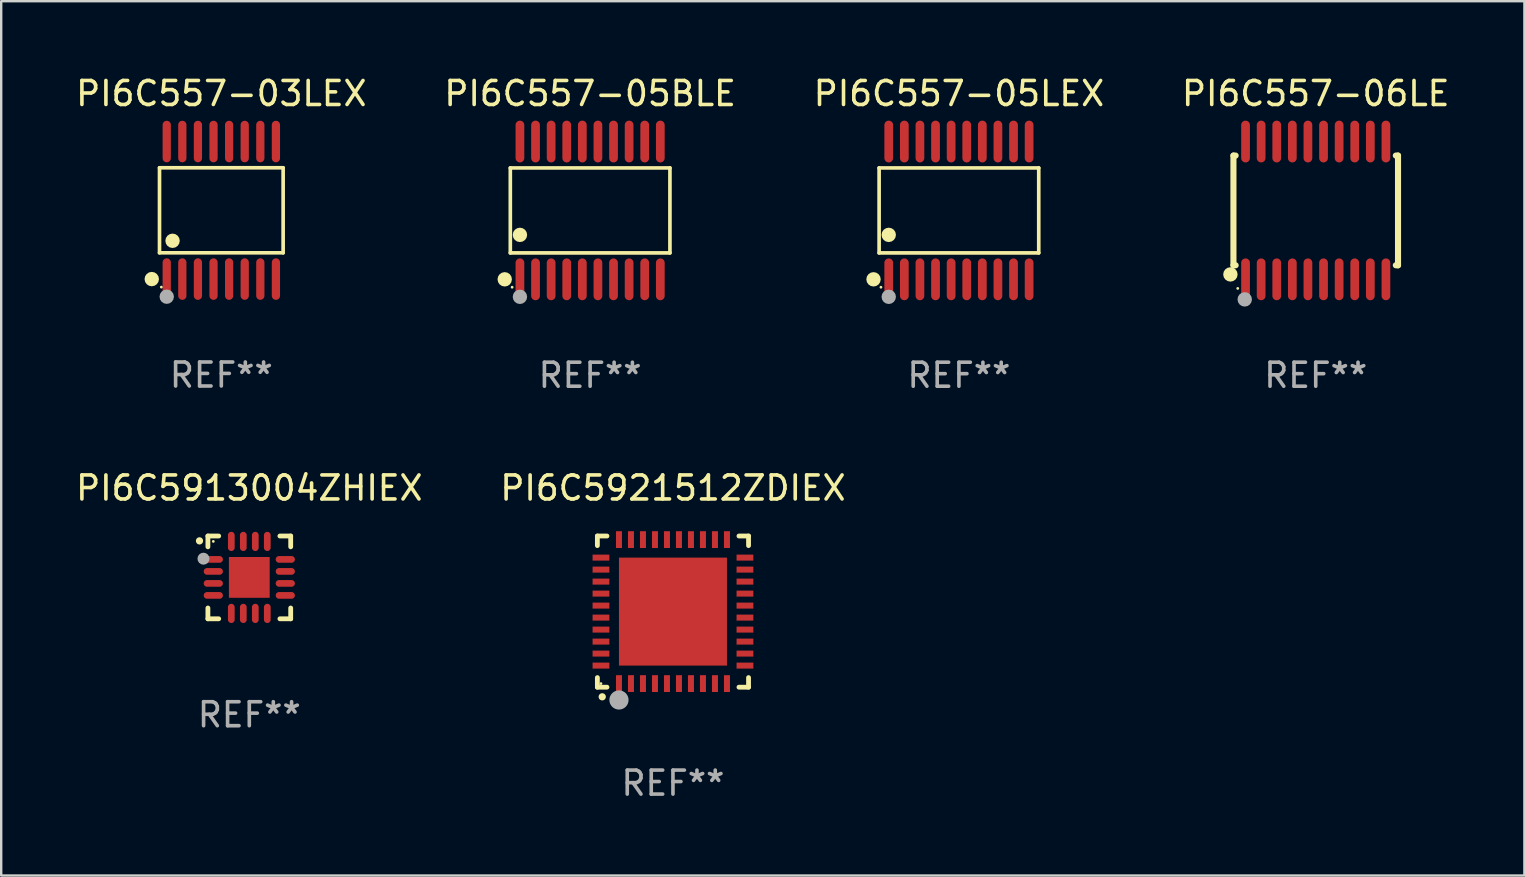
<source format=kicad_pcb>
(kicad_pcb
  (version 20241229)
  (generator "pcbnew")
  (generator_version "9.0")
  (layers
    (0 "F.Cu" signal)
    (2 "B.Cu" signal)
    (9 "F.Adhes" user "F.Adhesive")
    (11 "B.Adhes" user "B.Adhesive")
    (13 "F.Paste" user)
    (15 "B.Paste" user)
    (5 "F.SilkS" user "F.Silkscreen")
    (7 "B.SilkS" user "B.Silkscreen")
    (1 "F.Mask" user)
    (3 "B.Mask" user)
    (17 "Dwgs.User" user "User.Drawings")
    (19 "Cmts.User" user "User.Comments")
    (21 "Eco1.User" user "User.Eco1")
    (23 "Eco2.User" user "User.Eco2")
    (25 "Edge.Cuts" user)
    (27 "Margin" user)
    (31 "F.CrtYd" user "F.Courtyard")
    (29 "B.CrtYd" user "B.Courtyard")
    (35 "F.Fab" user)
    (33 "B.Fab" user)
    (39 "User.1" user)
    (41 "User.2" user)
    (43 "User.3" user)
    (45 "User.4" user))
  (footprint "PI6C557-03LEX"
    (layer "F.Cu")
    (at 6.173 5.714)
    (property "Reference" "PI6C557-03LEX" (at 0 -4.866 0) (layer "F.SilkS") (effects (font (size 1 1) (thickness 0.15))))
    (attr through_hole)
    (fp_line (start -2.576 -1.772) (end 2.576 -1.772) (stroke (width 0.152) (type solid)) (layer "F.SilkS"))
    (fp_line (start -2.576 1.771) (end -2.576 -1.772) (stroke (width 0.152) (type solid)) (layer "F.SilkS"))
    (fp_line (start 2.576 -1.772) (end 2.576 1.771) (stroke (width 0.152) (type solid)) (layer "F.SilkS"))
    (fp_line (start 2.576 1.771) (end -2.576 1.771) (stroke (width 0.152) (type solid)) (layer "F.SilkS"))
    (fp_circle (center -2.899 2.866) (end -2.749 2.866) (stroke (width 0.3) (type solid)) (fill no) (layer "F.SilkS"))
    (fp_circle (center -2.5 3.2) (end -2.47 3.2) (stroke (width 0.06) (type solid)) (fill no) (layer "F.SilkS"))
    (fp_circle (center -2.032 1.27) (end -1.882 1.27) (stroke (width 0.3) (type solid)) (fill no) (layer "F.SilkS"))
    (fp_circle (center -2.275 3.6) (end -2.125 3.6) (stroke (width 0.3) (type solid)) (fill no) (layer "F.Fab"))
    (fp_text user "REF**" (at 0 6.866 0) (layer "F.Fab") (effects (font (size 1 1) (thickness 0.15))))
    (pad "1" smd oval (at -2.275 2.866) (size 0.343 1.731) (layers "F.Cu" "F.Mask" "F.Paste"))
    (pad "2" smd oval (at -1.625 2.866) (size 0.343 1.731) (layers "F.Cu" "F.Mask" "F.Paste"))
    (pad "3" smd oval (at -0.975 2.866) (size 0.343 1.731) (layers "F.Cu" "F.Mask" "F.Paste"))
    (pad "4" smd oval (at -0.325 2.866) (size 0.343 1.731) (layers "F.Cu" "F.Mask" "F.Paste"))
    (pad "5" smd oval (at 0.325 2.866) (size 0.343 1.731) (layers "F.Cu" "F.Mask" "F.Paste"))
    (pad "6" smd oval (at 0.975 2.866) (size 0.343 1.731) (layers "F.Cu" "F.Mask" "F.Paste"))
    (pad "7" smd oval (at 1.625 2.866) (size 0.343 1.731) (layers "F.Cu" "F.Mask" "F.Paste"))
    (pad "8" smd oval (at 2.275 2.866) (size 0.343 1.731) (layers "F.Cu" "F.Mask" "F.Paste"))
    (pad "9" smd oval (at 2.275 -2.866) (size 0.343 1.731) (layers "F.Cu" "F.Mask" "F.Paste"))
    (pad "10" smd oval (at 1.625 -2.866) (size 0.343 1.731) (layers "F.Cu" "F.Mask" "F.Paste"))
    (pad "11" smd oval (at 0.975 -2.866) (size 0.343 1.731) (layers "F.Cu" "F.Mask" "F.Paste"))
    (pad "12" smd oval (at 0.325 -2.866) (size 0.343 1.731) (layers "F.Cu" "F.Mask" "F.Paste"))
    (pad "13" smd oval (at -0.325 -2.866) (size 0.343 1.731) (layers "F.Cu" "F.Mask" "F.Paste"))
    (pad "14" smd oval (at -0.975 -2.866) (size 0.343 1.731) (layers "F.Cu" "F.Mask" "F.Paste"))
    (pad "15" smd oval (at -1.625 -2.866) (size 0.343 1.731) (layers "F.Cu" "F.Mask" "F.Paste"))
    (pad "16" smd oval (at -2.275 -2.866) (size 0.343 1.731) (layers "F.Cu" "F.Mask" "F.Paste")))
  (footprint "PI6C557-05LEX"
    (layer "F.Cu")
    (at 36.911 5.719)
    (property "Reference" "PI6C557-05LEX" (at 0 -4.871 0) (layer "F.SilkS") (effects (font (size 1 1) (thickness 0.15))))
    (attr through_hole)
    (fp_line (start -3.326 -1.771) (end 3.326 -1.771) (stroke (width 0.152) (type solid)) (layer "F.SilkS"))
    (fp_line (start -3.326 1.771) (end -3.326 -1.771) (stroke (width 0.152) (type solid)) (layer "F.SilkS"))
    (fp_line (start 3.326 -1.771) (end 3.326 1.771) (stroke (width 0.152) (type solid)) (layer "F.SilkS"))
    (fp_line (start 3.326 1.771) (end -3.326 1.771) (stroke (width 0.152) (type solid)) (layer "F.SilkS"))
    (fp_circle (center -3.559 2.871) (end -3.409 2.871) (stroke (width 0.3) (type solid)) (fill no) (layer "F.SilkS"))
    (fp_circle (center -3.25 3.2) (end -3.22 3.2) (stroke (width 0.06) (type solid)) (fill no) (layer "F.SilkS"))
    (fp_circle (center -2.925 1.019) (end -2.775 1.019) (stroke (width 0.3) (type solid)) (fill no) (layer "F.SilkS"))
    (fp_circle (center -2.925 3.6) (end -2.775 3.6) (stroke (width 0.3) (type solid)) (fill no) (layer "F.Fab"))
    (fp_text user "REF**" (at 0 6.871 0) (layer "F.Fab") (effects (font (size 1 1) (thickness 0.15))))
    (pad "1" smd oval (at -2.925 2.871) (size 0.364 1.742) (layers "F.Cu" "F.Mask" "F.Paste"))
    (pad "2" smd oval (at -2.275 2.871) (size 0.364 1.742) (layers "F.Cu" "F.Mask" "F.Paste"))
    (pad "3" smd oval (at -1.625 2.871) (size 0.364 1.742) (layers "F.Cu" "F.Mask" "F.Paste"))
    (pad "4" smd oval (at -0.975 2.871) (size 0.364 1.742) (layers "F.Cu" "F.Mask" "F.Paste"))
    (pad "5" smd oval (at -0.325 2.871) (size 0.364 1.742) (layers "F.Cu" "F.Mask" "F.Paste"))
    (pad "6" smd oval (at 0.325 2.871) (size 0.364 1.742) (layers "F.Cu" "F.Mask" "F.Paste"))
    (pad "7" smd oval (at 0.975 2.871) (size 0.364 1.742) (layers "F.Cu" "F.Mask" "F.Paste"))
    (pad "8" smd oval (at 1.625 2.871) (size 0.364 1.742) (layers "F.Cu" "F.Mask" "F.Paste"))
    (pad "9" smd oval (at 2.275 2.871) (size 0.364 1.742) (layers "F.Cu" "F.Mask" "F.Paste"))
    (pad "10" smd oval (at 2.925 2.871) (size 0.364 1.742) (layers "F.Cu" "F.Mask" "F.Paste"))
    (pad "11" smd oval (at 2.925 -2.871) (size 0.364 1.742) (layers "F.Cu" "F.Mask" "F.Paste"))
    (pad "12" smd oval (at 2.275 -2.871) (size 0.364 1.742) (layers "F.Cu" "F.Mask" "F.Paste"))
    (pad "13" smd oval (at 1.625 -2.871) (size 0.364 1.742) (layers "F.Cu" "F.Mask" "F.Paste"))
    (pad "14" smd oval (at 0.975 -2.871) (size 0.364 1.742) (layers "F.Cu" "F.Mask" "F.Paste"))
    (pad "15" smd oval (at 0.325 -2.871) (size 0.364 1.742) (layers "F.Cu" "F.Mask" "F.Paste"))
    (pad "16" smd oval (at -0.325 -2.871) (size 0.364 1.742) (layers "F.Cu" "F.Mask" "F.Paste"))
    (pad "17" smd oval (at -0.975 -2.871) (size 0.364 1.742) (layers "F.Cu" "F.Mask" "F.Paste"))
    (pad "18" smd oval (at -1.625 -2.871) (size 0.364 1.742) (layers "F.Cu" "F.Mask" "F.Paste"))
    (pad "19" smd oval (at -2.275 -2.871) (size 0.364 1.742) (layers "F.Cu" "F.Mask" "F.Paste"))
    (pad "20" smd oval (at -2.925 -2.871) (size 0.364 1.742) (layers "F.Cu" "F.Mask" "F.Paste")))
  (footprint "PI6C5921512ZDIEX"
    (layer "F.Cu")
    (at 24.994 22.437)
    (property "Reference" "PI6C5921512ZDIEX" (at 0 -5.15 0) (layer "F.SilkS") (effects (font (size 1 1) (thickness 0.15))))
    (attr through_hole)
    (fp_line (start -3.15 -3.15) (end -2.75 -3.15) (stroke (width 0.2) (type solid)) (layer "F.SilkS"))
    (fp_line (start -3.15 -2.75) (end -3.15 -3.15) (stroke (width 0.2) (type solid)) (layer "F.SilkS"))
    (fp_line (start -3.15 3.15) (end -3.15 2.75) (stroke (width 0.2) (type solid)) (layer "F.SilkS"))
    (fp_line (start -2.75 3.15) (end -3.15 3.15) (stroke (width 0.2) (type solid)) (layer "F.SilkS"))
    (fp_line (start 3.15 -3.15) (end 2.75 -3.15) (stroke (width 0.2) (type solid)) (layer "F.SilkS"))
    (fp_line (start 3.15 -2.75) (end 3.15 -3.15) (stroke (width 0.2) (type solid)) (layer "F.SilkS"))
    (fp_line (start 3.15 2.75) (end 3.15 3.15) (stroke (width 0.2) (type solid)) (layer "F.SilkS"))
    (fp_line (start 3.15 3.15) (end 2.75 3.15) (stroke (width 0.2) (type solid)) (layer "F.SilkS"))
    (fp_arc (start -2.94892 3.550927) (mid -2.94765 3.550922) (end -2.94638 3.550927) (stroke (width 0.3) (type solid)) (layer "F.SilkS"))
    (fp_circle (center -3 3) (end -2.97 3) (stroke (width 0.06) (type solid)) (fill no) (layer "F.SilkS"))
    (fp_circle (center -2.25 3.683) (end -2.05 3.683) (stroke (width 0.4) (type solid)) (fill no) (layer "F.Fab"))
    (fp_text user "REF**" (at 0 7.15 0) (layer "F.Fab") (effects (font (size 1 1) (thickness 0.15))))
    (pad "1" smd rect (at -2.25 3 180) (size 0.25 0.7) (layers "F.Cu" "F.Mask" "F.Paste"))
    (pad "2" smd rect (at -1.75 3 180) (size 0.25 0.7) (layers "F.Cu" "F.Mask" "F.Paste"))
    (pad "3" smd rect (at -1.25 3 180) (size 0.25 0.7) (layers "F.Cu" "F.Mask" "F.Paste"))
    (pad "4" smd rect (at -0.75 3 180) (size 0.25 0.7) (layers "F.Cu" "F.Mask" "F.Paste"))
    (pad "5" smd rect (at -0.25 3 180) (size 0.25 0.7) (layers "F.Cu" "F.Mask" "F.Paste"))
    (pad "6" smd rect (at 0.25 3 180) (size 0.25 0.7) (layers "F.Cu" "F.Mask" "F.Paste"))
    (pad "7" smd rect (at 0.75 3 180) (size 0.25 0.7) (layers "F.Cu" "F.Mask" "F.Paste"))
    (pad "8" smd rect (at 1.25 3 180) (size 0.25 0.7) (layers "F.Cu" "F.Mask" "F.Paste"))
    (pad "9" smd rect (at 1.75 3 180) (size 0.25 0.7) (layers "F.Cu" "F.Mask" "F.Paste"))
    (pad "10" smd rect (at 2.25 3 180) (size 0.25 0.7) (layers "F.Cu" "F.Mask" "F.Paste"))
    (pad "11" smd rect (at 3 2.25 90) (size 0.25 0.7) (layers "F.Cu" "F.Mask" "F.Paste"))
    (pad "12" smd rect (at 3 1.75 90) (size 0.25 0.7) (layers "F.Cu" "F.Mask" "F.Paste"))
    (pad "13" smd rect (at 3 1.25 90) (size 0.25 0.7) (layers "F.Cu" "F.Mask" "F.Paste"))
    (pad "14" smd rect (at 3 0.75 90) (size 0.25 0.7) (layers "F.Cu" "F.Mask" "F.Paste"))
    (pad "15" smd rect (at 3 0.25 90) (size 0.25 0.7) (layers "F.Cu" "F.Mask" "F.Paste"))
    (pad "16" smd rect (at 3 -0.25 90) (size 0.25 0.7) (layers "F.Cu" "F.Mask" "F.Paste"))
    (pad "17" smd rect (at 3 -0.75 90) (size 0.25 0.7) (layers "F.Cu" "F.Mask" "F.Paste"))
    (pad "18" smd rect (at 3 -1.25 90) (size 0.25 0.7) (layers "F.Cu" "F.Mask" "F.Paste"))
    (pad "19" smd rect (at 3 -1.75 90) (size 0.25 0.7) (layers "F.Cu" "F.Mask" "F.Paste"))
    (pad "20" smd rect (at 3 -2.25 90) (size 0.25 0.7) (layers "F.Cu" "F.Mask" "F.Paste"))
    (pad "21" smd rect (at 2.25 -3 180) (size 0.25 0.7) (layers "F.Cu" "F.Mask" "F.Paste"))
    (pad "22" smd rect (at 1.75 -3 180) (size 0.25 0.7) (layers "F.Cu" "F.Mask" "F.Paste"))
    (pad "23" smd rect (at 1.25 -3 180) (size 0.25 0.7) (layers "F.Cu" "F.Mask" "F.Paste"))
    (pad "24" smd rect (at 0.75 -3 180) (size 0.25 0.7) (layers "F.Cu" "F.Mask" "F.Paste"))
    (pad "25" smd rect (at 0.25 -3 180) (size 0.25 0.7) (layers "F.Cu" "F.Mask" "F.Paste"))
    (pad "26" smd rect (at -0.25 -3 180) (size 0.25 0.7) (layers "F.Cu" "F.Mask" "F.Paste"))
    (pad "27" smd rect (at -0.75 -3 180) (size 0.25 0.7) (layers "F.Cu" "F.Mask" "F.Paste"))
    (pad "28" smd rect (at -1.25 -3 180) (size 0.25 0.7) (layers "F.Cu" "F.Mask" "F.Paste"))
    (pad "29" smd rect (at -1.75 -3 180) (size 0.25 0.7) (layers "F.Cu" "F.Mask" "F.Paste"))
    (pad "30" smd rect (at -2.25 -3 180) (size 0.25 0.7) (layers "F.Cu" "F.Mask" "F.Paste"))
    (pad "31" smd rect (at -3 -2.25 90) (size 0.25 0.7) (layers "F.Cu" "F.Mask" "F.Paste"))
    (pad "32" smd rect (at -3 -1.75 90) (size 0.25 0.7) (layers "F.Cu" "F.Mask" "F.Paste"))
    (pad "33" smd rect (at -3 -1.25 90) (size 0.25 0.7) (layers "F.Cu" "F.Mask" "F.Paste"))
    (pad "34" smd rect (at -3 -0.75 90) (size 0.25 0.7) (layers "F.Cu" "F.Mask" "F.Paste"))
    (pad "35" smd rect (at -3 -0.25 90) (size 0.25 0.7) (layers "F.Cu" "F.Mask" "F.Paste"))
    (pad "36" smd rect (at -3 0.25 90) (size 0.25 0.7) (layers "F.Cu" "F.Mask" "F.Paste"))
    (pad "37" smd rect (at -3 0.75 90) (size 0.25 0.7) (layers "F.Cu" "F.Mask" "F.Paste"))
    (pad "38" smd rect (at -3 1.25 90) (size 0.25 0.7) (layers "F.Cu" "F.Mask" "F.Paste"))
    (pad "39" smd rect (at -3 1.75 90) (size 0.25 0.7) (layers "F.Cu" "F.Mask" "F.Paste"))
    (pad "40" smd rect (at -3 2.25 90) (size 0.25 0.7) (layers "F.Cu" "F.Mask" "F.Paste"))
    (pad "41" smd rect (at 0.000102 0.000076 90) (size 4.5 4.5) (layers "F.Cu" "F.Mask" "F.Paste")))
  (footprint "PI6C5913004ZHIEX"
    (layer "F.Cu")
    (at 7.339 21.012)
    (property "Reference" "PI6C5913004ZHIEX" (at 0 -3.725 0) (layer "F.SilkS") (effects (font (size 1 1) (thickness 0.15))))
    (attr through_hole)
    (fp_line (start -1.725 -1.725) (end -1.275 -1.725) (stroke (width 0.2) (type solid)) (layer "F.SilkS"))
    (fp_line (start -1.725 -1.275) (end -1.725 -1.725) (stroke (width 0.2) (type solid)) (layer "F.SilkS"))
    (fp_line (start -1.725 1.725) (end -1.725 1.275) (stroke (width 0.2) (type solid)) (layer "F.SilkS"))
    (fp_line (start -1.275 1.725) (end -1.725 1.725) (stroke (width 0.2) (type solid)) (layer "F.SilkS"))
    (fp_line (start 1.275 -1.725) (end 1.725 -1.725) (stroke (width 0.2) (type solid)) (layer "F.SilkS"))
    (fp_line (start 1.275 1.725) (end 1.725 1.725) (stroke (width 0.2) (type solid)) (layer "F.SilkS"))
    (fp_line (start 1.725 -1.725) (end 1.725 -1.275) (stroke (width 0.2) (type solid)) (layer "F.SilkS"))
    (fp_line (start 1.725 1.725) (end 1.725 1.275) (stroke (width 0.2) (type solid)) (layer "F.SilkS"))
    (fp_arc (start -2.075184 -1.521463) (mid -2.075189 -1.522733) (end -2.075184 -1.524003) (stroke (width 0.3) (type solid)) (layer "F.SilkS"))
    (fp_circle (center -1.5 -1.5) (end -1.47 -1.5) (stroke (width 0.06) (type solid)) (fill no) (layer "F.SilkS"))
    (fp_circle (center -1.91 -0.78) (end -1.785 -0.78) (stroke (width 0.25) (type solid)) (fill no) (layer "F.Fab"))
    (fp_text user "REF**" (at 0 5.725 0) (layer "F.Fab") (effects (font (size 1 1) (thickness 0.15))))
    (pad "1" smd oval (at -1.5 -0.75) (size 0.8 0.28) (layers "F.Cu" "F.Mask" "F.Paste"))
    (pad "2" smd oval (at -1.5 -0.25) (size 0.8 0.28) (layers "F.Cu" "F.Mask" "F.Paste"))
    (pad "3" smd oval (at -1.5 0.25) (size 0.8 0.28) (layers "F.Cu" "F.Mask" "F.Paste"))
    (pad "4" smd oval (at -1.5 0.75) (size 0.8 0.28) (layers "F.Cu" "F.Mask" "F.Paste"))
    (pad "5" smd oval (at -0.75 1.5) (size 0.28 0.8) (layers "F.Cu" "F.Mask" "F.Paste"))
    (pad "6" smd oval (at -0.25 1.5) (size 0.28 0.8) (layers "F.Cu" "F.Mask" "F.Paste"))
    (pad "7" smd oval (at 0.25 1.5) (size 0.28 0.8) (layers "F.Cu" "F.Mask" "F.Paste"))
    (pad "8" smd oval (at 0.75 1.5) (size 0.28 0.8) (layers "F.Cu" "F.Mask" "F.Paste"))
    (pad "9" smd oval (at 1.5 0.75) (size 0.8 0.28) (layers "F.Cu" "F.Mask" "F.Paste"))
    (pad "10" smd oval (at 1.5 0.25) (size 0.8 0.28) (layers "F.Cu" "F.Mask" "F.Paste"))
    (pad "11" smd oval (at 1.5 -0.25) (size 0.8 0.28) (layers "F.Cu" "F.Mask" "F.Paste"))
    (pad "12" smd oval (at 1.5 -0.75) (size 0.8 0.28) (layers "F.Cu" "F.Mask" "F.Paste"))
    (pad "13" smd oval (at 0.75 -1.5) (size 0.28 0.8) (layers "F.Cu" "F.Mask" "F.Paste"))
    (pad "14" smd oval (at 0.25 -1.5) (size 0.28 0.8) (layers "F.Cu" "F.Mask" "F.Paste"))
    (pad "15" smd oval (at -0.25 -1.5) (size 0.28 0.8) (layers "F.Cu" "F.Mask" "F.Paste"))
    (pad "16" smd oval (at -0.75 -1.5) (size 0.28 0.8) (layers "F.Cu" "F.Mask" "F.Paste"))
    (pad "17" smd rect (at 0.000076 0.000076) (size 1.7 1.7) (layers "F.Cu" "F.Mask" "F.Paste")))
  (footprint "PI6C557-06LE"
    (layer "F.Cu")
    (at 51.78 5.719)
    (property "Reference" "PI6C557-06LE" (at 0 -4.871 0) (layer "F.SilkS") (effects (font (size 1 1) (thickness 0.15))))
    (attr through_hole)
    (fp_line (start -3.429 -2.286) (end -3.429 2.286) (stroke (width 0.254) (type solid)) (layer "F.SilkS"))
    (fp_line (start -3.429 2.286) (end -3.338 2.286) (stroke (width 0.254) (type solid)) (layer "F.SilkS"))
    (fp_line (start -3.338 -2.286) (end -3.429 -2.286) (stroke (width 0.254) (type solid)) (layer "F.SilkS"))
    (fp_line (start 3.338 -2.286) (end 3.429 -2.286) (stroke (width 0.254) (type solid)) (layer "F.SilkS"))
    (fp_line (start 3.429 -2.286) (end 3.429 2.286) (stroke (width 0.254) (type solid)) (layer "F.SilkS"))
    (fp_line (start 3.429 2.286) (end 3.338 2.286) (stroke (width 0.254) (type solid)) (layer "F.SilkS"))
    (fp_circle (center -3.556 2.667) (end -3.406 2.667) (stroke (width 0.3) (type solid)) (fill no) (layer "F.SilkS"))
    (fp_circle (center -3.25 3.25) (end -3.22 3.25) (stroke (width 0.06) (type solid)) (fill no) (layer "F.SilkS"))
    (fp_circle (center -2.959 3.707) (end -2.808 3.707) (stroke (width 0.3) (type solid)) (fill no) (layer "F.Fab"))
    (fp_text user "REF**" (at 0 6.871 0) (layer "F.Fab") (effects (font (size 1 1) (thickness 0.15))))
    (pad "1" smd oval (at -2.925 2.871) (size 0.364 1.742) (layers "F.Cu" "F.Mask" "F.Paste"))
    (pad "2" smd oval (at -2.275 2.871) (size 0.364 1.742) (layers "F.Cu" "F.Mask" "F.Paste"))
    (pad "3" smd oval (at -1.625 2.871) (size 0.364 1.742) (layers "F.Cu" "F.Mask" "F.Paste"))
    (pad "4" smd oval (at -0.975 2.871) (size 0.364 1.742) (layers "F.Cu" "F.Mask" "F.Paste"))
    (pad "5" smd oval (at -0.325 2.871) (size 0.364 1.742) (layers "F.Cu" "F.Mask" "F.Paste"))
    (pad "6" smd oval (at 0.325 2.871) (size 0.364 1.742) (layers "F.Cu" "F.Mask" "F.Paste"))
    (pad "7" smd oval (at 0.975 2.871) (size 0.364 1.742) (layers "F.Cu" "F.Mask" "F.Paste"))
    (pad "8" smd oval (at 1.625 2.871) (size 0.364 1.742) (layers "F.Cu" "F.Mask" "F.Paste"))
    (pad "9" smd oval (at 2.275 2.871) (size 0.364 1.742) (layers "F.Cu" "F.Mask" "F.Paste"))
    (pad "10" smd oval (at 2.925 2.871) (size 0.364 1.742) (layers "F.Cu" "F.Mask" "F.Paste"))
    (pad "11" smd oval (at 2.925 -2.871) (size 0.364 1.742) (layers "F.Cu" "F.Mask" "F.Paste"))
    (pad "12" smd oval (at 2.275 -2.871) (size 0.364 1.742) (layers "F.Cu" "F.Mask" "F.Paste"))
    (pad "13" smd oval (at 1.625 -2.871) (size 0.364 1.742) (layers "F.Cu" "F.Mask" "F.Paste"))
    (pad "14" smd oval (at 0.975 -2.871) (size 0.364 1.742) (layers "F.Cu" "F.Mask" "F.Paste"))
    (pad "15" smd oval (at 0.325 -2.871) (size 0.364 1.742) (layers "F.Cu" "F.Mask" "F.Paste"))
    (pad "16" smd oval (at -0.325 -2.871) (size 0.364 1.742) (layers "F.Cu" "F.Mask" "F.Paste"))
    (pad "17" smd oval (at -0.975 -2.871) (size 0.364 1.742) (layers "F.Cu" "F.Mask" "F.Paste"))
    (pad "18" smd oval (at -1.625 -2.871) (size 0.364 1.742) (layers "F.Cu" "F.Mask" "F.Paste"))
    (pad "19" smd oval (at -2.275 -2.871) (size 0.364 1.742) (layers "F.Cu" "F.Mask" "F.Paste"))
    (pad "20" smd oval (at -2.925 -2.871) (size 0.364 1.742) (layers "F.Cu" "F.Mask" "F.Paste")))
  (footprint "PI6C557-05BLE"
    (layer "F.Cu")
    (at 21.542 5.719)
    (property "Reference" "PI6C557-05BLE" (at 0 -4.871 0) (layer "F.SilkS") (effects (font (size 1 1) (thickness 0.15))))
    (attr through_hole)
    (fp_line (start -3.326 -1.771) (end 3.326 -1.771) (stroke (width 0.152) (type solid)) (layer "F.SilkS"))
    (fp_line (start -3.326 1.771) (end -3.326 -1.771) (stroke (width 0.152) (type solid)) (layer "F.SilkS"))
    (fp_line (start 3.326 -1.771) (end 3.326 1.771) (stroke (width 0.152) (type solid)) (layer "F.SilkS"))
    (fp_line (start 3.326 1.771) (end -3.326 1.771) (stroke (width 0.152) (type solid)) (layer "F.SilkS"))
    (fp_circle (center -3.559 2.871) (end -3.409 2.871) (stroke (width 0.3) (type solid)) (fill no) (layer "F.SilkS"))
    (fp_circle (center -3.25 3.2) (end -3.22 3.2) (stroke (width 0.06) (type solid)) (fill no) (layer "F.SilkS"))
    (fp_circle (center -2.925 1.019) (end -2.775 1.019) (stroke (width 0.3) (type solid)) (fill no) (layer "F.SilkS"))
    (fp_circle (center -2.925 3.6) (end -2.775 3.6) (stroke (width 0.3) (type solid)) (fill no) (layer "F.Fab"))
    (fp_text user "REF**" (at 0 6.871 0) (layer "F.Fab") (effects (font (size 1 1) (thickness 0.15))))
    (pad "1" smd oval (at -2.925 2.871) (size 0.364 1.742) (layers "F.Cu" "F.Mask" "F.Paste"))
    (pad "2" smd oval (at -2.275 2.871) (size 0.364 1.742) (layers "F.Cu" "F.Mask" "F.Paste"))
    (pad "3" smd oval (at -1.625 2.871) (size 0.364 1.742) (layers "F.Cu" "F.Mask" "F.Paste"))
    (pad "4" smd oval (at -0.975 2.871) (size 0.364 1.742) (layers "F.Cu" "F.Mask" "F.Paste"))
    (pad "5" smd oval (at -0.325 2.871) (size 0.364 1.742) (layers "F.Cu" "F.Mask" "F.Paste"))
    (pad "6" smd oval (at 0.325 2.871) (size 0.364 1.742) (layers "F.Cu" "F.Mask" "F.Paste"))
    (pad "7" smd oval (at 0.975 2.871) (size 0.364 1.742) (layers "F.Cu" "F.Mask" "F.Paste"))
    (pad "8" smd oval (at 1.625 2.871) (size 0.364 1.742) (layers "F.Cu" "F.Mask" "F.Paste"))
    (pad "9" smd oval (at 2.275 2.871) (size 0.364 1.742) (layers "F.Cu" "F.Mask" "F.Paste"))
    (pad "10" smd oval (at 2.925 2.871) (size 0.364 1.742) (layers "F.Cu" "F.Mask" "F.Paste"))
    (pad "11" smd oval (at 2.925 -2.871) (size 0.364 1.742) (layers "F.Cu" "F.Mask" "F.Paste"))
    (pad "12" smd oval (at 2.275 -2.871) (size 0.364 1.742) (layers "F.Cu" "F.Mask" "F.Paste"))
    (pad "13" smd oval (at 1.625 -2.871) (size 0.364 1.742) (layers "F.Cu" "F.Mask" "F.Paste"))
    (pad "14" smd oval (at 0.975 -2.871) (size 0.364 1.742) (layers "F.Cu" "F.Mask" "F.Paste"))
    (pad "15" smd oval (at 0.325 -2.871) (size 0.364 1.742) (layers "F.Cu" "F.Mask" "F.Paste"))
    (pad "16" smd oval (at -0.325 -2.871) (size 0.364 1.742) (layers "F.Cu" "F.Mask" "F.Paste"))
    (pad "17" smd oval (at -0.975 -2.871) (size 0.364 1.742) (layers "F.Cu" "F.Mask" "F.Paste"))
    (pad "18" smd oval (at -1.625 -2.871) (size 0.364 1.742) (layers "F.Cu" "F.Mask" "F.Paste"))
    (pad "19" smd oval (at -2.275 -2.871) (size 0.364 1.742) (layers "F.Cu" "F.Mask" "F.Paste"))
    (pad "20" smd oval (at -2.925 -2.871) (size 0.364 1.742) (layers "F.Cu" "F.Mask" "F.Paste")))
  (gr_rect
    (start -3 -3)
    (end 60.476 33.435)
    (stroke (width 0.1) (type default))
    (fill no)
    (layer "Edge.Cuts")))
</source>
